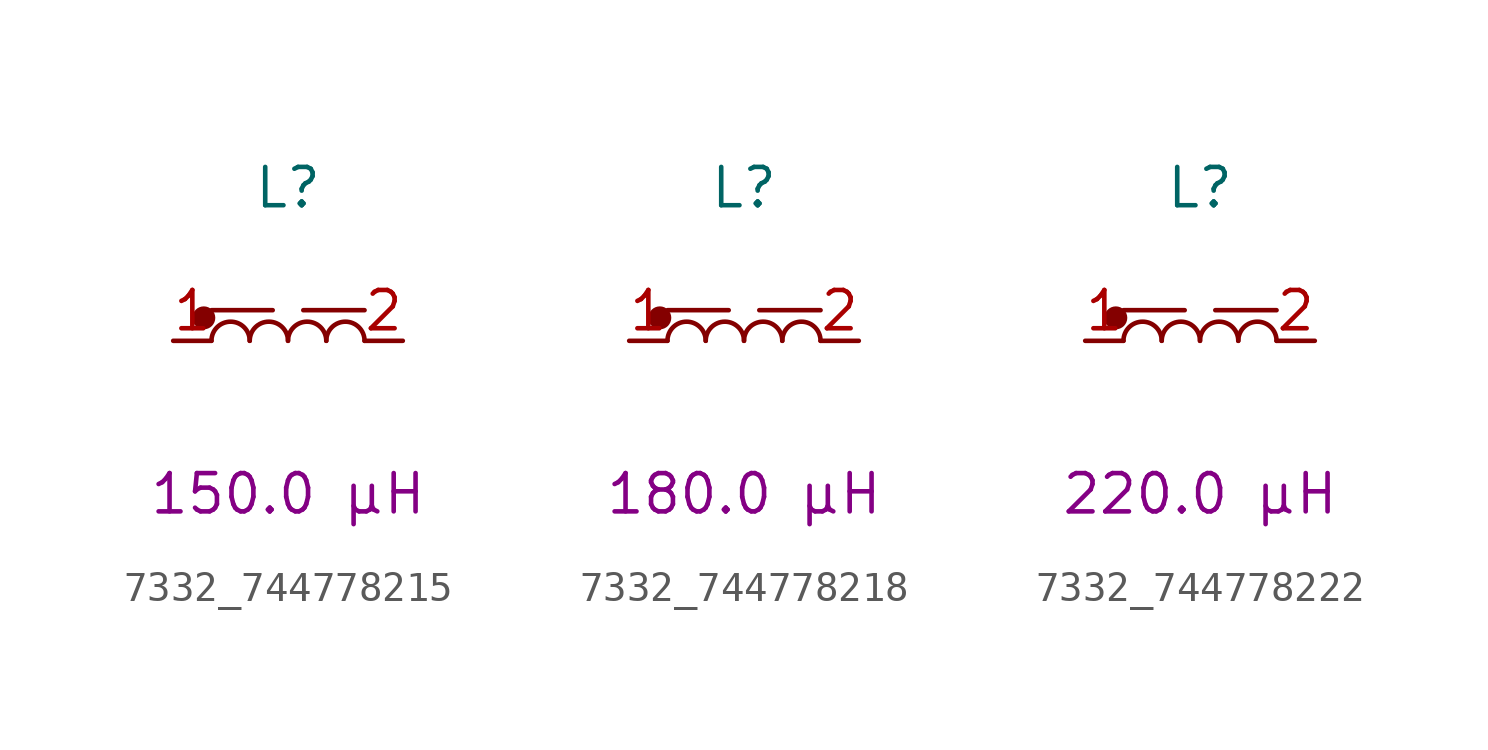
<source format=kicad_sym>
(kicad_symbol_lib
  (version 20220914)
  (generator kicad_symbol_editor)
  (symbol "7332_744778215"
    (pin_names hide)
    (property "Reference" "L"
      (at 0 5.08 0)
      (effects (font (size 1.27 1.27))))
    (property "Critical Parameter" "150.0 µH"
      (at 0 -5.08 0)
      (effects (font (size 1.27 1.27))))
    (symbol "7332_744778215_0_1"
      (arc (start -1.27 0) (mid -1.905 0.6323) (end -2.54 0) (stroke (width 0) (type default)) (fill (type none)))
      (arc (start 0 0) (mid -0.635 0.6323) (end -1.27 0) (stroke (width 0) (type default)) (fill (type none)))
      (polyline (pts (xy -2.54 1.016) (xy -0.508 1.016)) (stroke (width 0) (type default)) (fill (type none)))
      (arc (start 1.27 0) (mid 0.635 0.6323) (end 0 0) (stroke (width 0) (type default)) (fill (type none)))
      (arc (start 2.54 0) (mid 1.905 0.6323) (end 1.27 0) (stroke (width 0) (type default)) (fill (type none))))
    (symbol "7332_744778215_1_1"
      (circle (center -2.794 0.762) (radius 0.0001) (stroke (width 0.381) (type default)) (fill (type none)))
      (polyline (pts (xy 2.54 1.016) (xy 0.508 1.016)) (stroke (width 0) (type default)) (fill (type none)))
      (pin passive line (at -3.81 0 0) (length 1.27) (name "1" (effects (font (size 1.27 1.27)))) (number "1" (effects (font (size 1.27 1.27)))))
      (pin passive line (at 3.81 0 180) (length 1.27) (name "2" (effects (font (size 1.27 1.27)))) (number "2" (effects (font (size 1.27 1.27)))))))
  (symbol "7332_744778218"
    (pin_names hide)
    (property "Reference" "L"
      (at 0 5.08 0)
      (effects (font (size 1.27 1.27))))
    (property "Critical Parameter" "180.0 µH"
      (at 0 -5.08 0)
      (effects (font (size 1.27 1.27))))
    (symbol "7332_744778218_0_1"
      (arc (start -1.27 0) (mid -1.905 0.6323) (end -2.54 0) (stroke (width 0) (type default)) (fill (type none)))
      (arc (start 0 0) (mid -0.635 0.6323) (end -1.27 0) (stroke (width 0) (type default)) (fill (type none)))
      (polyline (pts (xy -2.54 1.016) (xy -0.508 1.016)) (stroke (width 0) (type default)) (fill (type none)))
      (arc (start 1.27 0) (mid 0.635 0.6323) (end 0 0) (stroke (width 0) (type default)) (fill (type none)))
      (arc (start 2.54 0) (mid 1.905 0.6323) (end 1.27 0) (stroke (width 0) (type default)) (fill (type none))))
    (symbol "7332_744778218_1_1"
      (circle (center -2.794 0.762) (radius 0.0001) (stroke (width 0.381) (type default)) (fill (type none)))
      (polyline (pts (xy 2.54 1.016) (xy 0.508 1.016)) (stroke (width 0) (type default)) (fill (type none)))
      (pin passive line (at -3.81 0 0) (length 1.27) (name "1" (effects (font (size 1.27 1.27)))) (number "1" (effects (font (size 1.27 1.27)))))
      (pin passive line (at 3.81 0 180) (length 1.27) (name "2" (effects (font (size 1.27 1.27)))) (number "2" (effects (font (size 1.27 1.27)))))))
  (symbol "7332_744778222"
    (pin_names hide)
    (property "Reference" "L"
      (at 0 5.08 0)
      (effects (font (size 1.27 1.27))))
    (property "Critical Parameter" "220.0 µH"
      (at 0 -5.08 0)
      (effects (font (size 1.27 1.27))))
    (symbol "7332_744778222_0_1"
      (arc (start -1.27 0) (mid -1.905 0.6323) (end -2.54 0) (stroke (width 0) (type default)) (fill (type none)))
      (arc (start 0 0) (mid -0.635 0.6323) (end -1.27 0) (stroke (width 0) (type default)) (fill (type none)))
      (polyline (pts (xy -2.54 1.016) (xy -0.508 1.016)) (stroke (width 0) (type default)) (fill (type none)))
      (arc (start 1.27 0) (mid 0.635 0.6323) (end 0 0) (stroke (width 0) (type default)) (fill (type none)))
      (arc (start 2.54 0) (mid 1.905 0.6323) (end 1.27 0) (stroke (width 0) (type default)) (fill (type none))))
    (symbol "7332_744778222_1_1"
      (circle (center -2.794 0.762) (radius 0.0001) (stroke (width 0.381) (type default)) (fill (type none)))
      (polyline (pts (xy 2.54 1.016) (xy 0.508 1.016)) (stroke (width 0) (type default)) (fill (type none)))
      (pin passive line (at -3.81 0 0) (length 1.27) (name "1" (effects (font (size 1.27 1.27)))) (number "1" (effects (font (size 1.27 1.27)))))
      (pin passive line (at 3.81 0 180) (length 1.27) (name "2" (effects (font (size 1.27 1.27)))) (number "2" (effects (font (size 1.27 1.27))))))))
</source>
